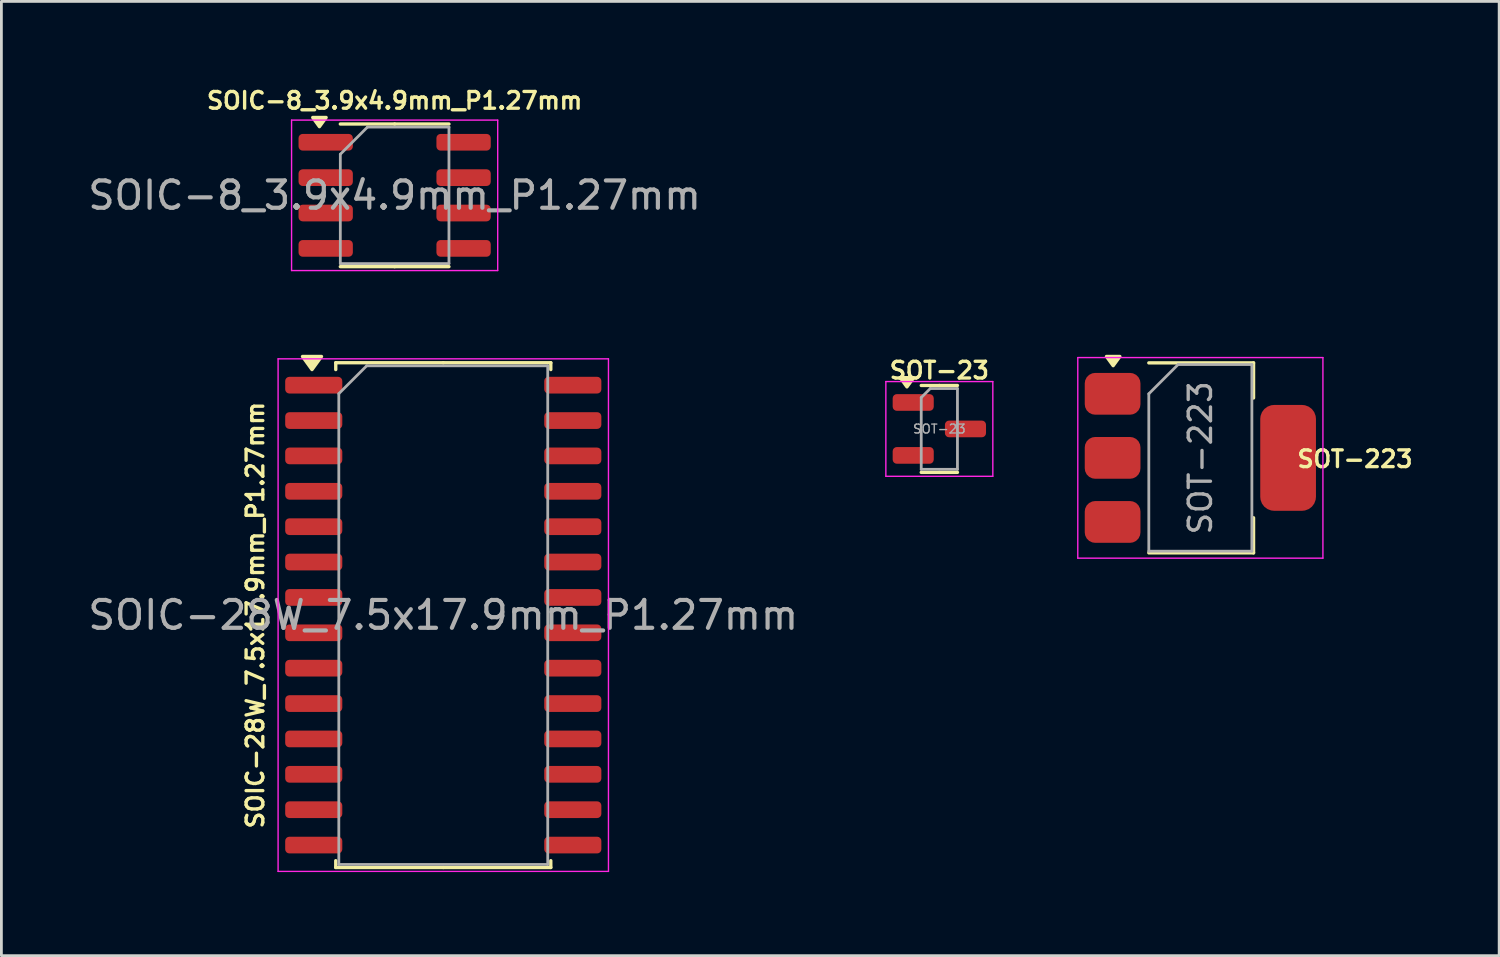
<source format=kicad_pcb>
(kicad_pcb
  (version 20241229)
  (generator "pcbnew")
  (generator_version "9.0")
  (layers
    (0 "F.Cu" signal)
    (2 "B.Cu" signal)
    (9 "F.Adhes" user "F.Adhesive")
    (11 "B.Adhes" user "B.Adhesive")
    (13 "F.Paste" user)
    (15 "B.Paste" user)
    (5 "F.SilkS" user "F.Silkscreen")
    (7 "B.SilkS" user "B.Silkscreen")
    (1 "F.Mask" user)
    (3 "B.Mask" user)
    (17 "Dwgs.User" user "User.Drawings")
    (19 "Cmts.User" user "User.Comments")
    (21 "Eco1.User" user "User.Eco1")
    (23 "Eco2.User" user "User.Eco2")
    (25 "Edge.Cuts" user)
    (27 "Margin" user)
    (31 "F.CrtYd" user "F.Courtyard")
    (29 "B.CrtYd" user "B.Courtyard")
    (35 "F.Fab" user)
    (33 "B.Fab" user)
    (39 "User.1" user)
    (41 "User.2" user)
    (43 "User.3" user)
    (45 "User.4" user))
  (footprint "SOIC-28W_7.5x17.9mm_P1.27mm"
    (layer "F.Cu")
    (at 12.863 19.032)
    (property "Reference" "SOIC-28W_7.5x17.9mm_P1.27mm" (at -6.75 0 90) (layer "F.SilkS") (effects (font (size 0.6 0.6) (thickness 0.12))))
    (attr smd)
    (fp_line (start -3.86 -9.06) (end -3.86 -8.815) (stroke (width 0.12) (type solid)) (layer "F.SilkS"))
    (fp_line (start -3.86 9.06) (end -3.86 8.815) (stroke (width 0.12) (type solid)) (layer "F.SilkS"))
    (fp_line (start 0 -9.06) (end -3.86 -9.06) (stroke (width 0.12) (type solid)) (layer "F.SilkS"))
    (fp_line (start 0 -9.06) (end 3.86 -9.06) (stroke (width 0.12) (type solid)) (layer "F.SilkS"))
    (fp_line (start 0 9.06) (end -3.86 9.06) (stroke (width 0.12) (type solid)) (layer "F.SilkS"))
    (fp_line (start 0 9.06) (end 3.86 9.06) (stroke (width 0.12) (type solid)) (layer "F.SilkS"))
    (fp_line (start 3.86 -9.06) (end 3.86 -8.815) (stroke (width 0.12) (type solid)) (layer "F.SilkS"))
    (fp_line (start 3.86 9.06) (end 3.86 8.815) (stroke (width 0.12) (type solid)) (layer "F.SilkS"))
    (fp_poly (pts (xy -4.713 -8.815) (xy -5.053 -9.285) (xy -4.372 -9.285) (xy -4.713 -8.815)) (stroke (width 0.12) (type solid)) (fill yes) (layer "F.SilkS"))
    (fp_line (start -5.93 -9.2) (end -5.93 9.2) (stroke (width 0.05) (type solid)) (layer "F.CrtYd"))
    (fp_line (start -5.93 9.2) (end 5.93 9.2) (stroke (width 0.05) (type solid)) (layer "F.CrtYd"))
    (fp_line (start 5.93 -9.2) (end -5.93 -9.2) (stroke (width 0.05) (type solid)) (layer "F.CrtYd"))
    (fp_line (start 5.93 9.2) (end 5.93 -9.2) (stroke (width 0.05) (type solid)) (layer "F.CrtYd"))
    (fp_line (start -3.75 -7.95) (end -2.75 -8.95) (stroke (width 0.1) (type solid)) (layer "F.Fab"))
    (fp_line (start -3.75 8.95) (end -3.75 -7.95) (stroke (width 0.1) (type solid)) (layer "F.Fab"))
    (fp_line (start -2.75 -8.95) (end 3.75 -8.95) (stroke (width 0.1) (type solid)) (layer "F.Fab"))
    (fp_line (start 3.75 -8.95) (end 3.75 8.95) (stroke (width 0.1) (type solid)) (layer "F.Fab"))
    (fp_line (start 3.75 8.95) (end -3.75 8.95) (stroke (width 0.1) (type solid)) (layer "F.Fab"))
    (fp_text user "${REFERENCE}" (at 0 0 0) (layer "F.Fab") (effects (font (size 1 1) (thickness 0.15))))
    (pad "1" smd roundrect (at -4.65 -8.255) (size 2.05 0.6) (layers "F.Cu" "F.Mask" "F.Paste") (roundrect_rratio 0.25))
    (pad "2" smd roundrect (at -4.65 -6.985) (size 2.05 0.6) (layers "F.Cu" "F.Mask" "F.Paste") (roundrect_rratio 0.25))
    (pad "3" smd roundrect (at -4.65 -5.715) (size 2.05 0.6) (layers "F.Cu" "F.Mask" "F.Paste") (roundrect_rratio 0.25))
    (pad "4" smd roundrect (at -4.65 -4.445) (size 2.05 0.6) (layers "F.Cu" "F.Mask" "F.Paste") (roundrect_rratio 0.25))
    (pad "5" smd roundrect (at -4.65 -3.175) (size 2.05 0.6) (layers "F.Cu" "F.Mask" "F.Paste") (roundrect_rratio 0.25))
    (pad "6" smd roundrect (at -4.65 -1.905) (size 2.05 0.6) (layers "F.Cu" "F.Mask" "F.Paste") (roundrect_rratio 0.25))
    (pad "7" smd roundrect (at -4.65 -0.635) (size 2.05 0.6) (layers "F.Cu" "F.Mask" "F.Paste") (roundrect_rratio 0.25))
    (pad "8" smd roundrect (at -4.65 0.635) (size 2.05 0.6) (layers "F.Cu" "F.Mask" "F.Paste") (roundrect_rratio 0.25))
    (pad "9" smd roundrect (at -4.65 1.905) (size 2.05 0.6) (layers "F.Cu" "F.Mask" "F.Paste") (roundrect_rratio 0.25))
    (pad "10" smd roundrect (at -4.65 3.175) (size 2.05 0.6) (layers "F.Cu" "F.Mask" "F.Paste") (roundrect_rratio 0.25))
    (pad "11" smd roundrect (at -4.65 4.445) (size 2.05 0.6) (layers "F.Cu" "F.Mask" "F.Paste") (roundrect_rratio 0.25))
    (pad "12" smd roundrect (at -4.65 5.715) (size 2.05 0.6) (layers "F.Cu" "F.Mask" "F.Paste") (roundrect_rratio 0.25))
    (pad "13" smd roundrect (at -4.65 6.985) (size 2.05 0.6) (layers "F.Cu" "F.Mask" "F.Paste") (roundrect_rratio 0.25))
    (pad "14" smd roundrect (at -4.65 8.255) (size 2.05 0.6) (layers "F.Cu" "F.Mask" "F.Paste") (roundrect_rratio 0.25))
    (pad "15" smd roundrect (at 4.65 8.255) (size 2.05 0.6) (layers "F.Cu" "F.Mask" "F.Paste") (roundrect_rratio 0.25))
    (pad "16" smd roundrect (at 4.65 6.985) (size 2.05 0.6) (layers "F.Cu" "F.Mask" "F.Paste") (roundrect_rratio 0.25))
    (pad "17" smd roundrect (at 4.65 5.715) (size 2.05 0.6) (layers "F.Cu" "F.Mask" "F.Paste") (roundrect_rratio 0.25))
    (pad "18" smd roundrect (at 4.65 4.445) (size 2.05 0.6) (layers "F.Cu" "F.Mask" "F.Paste") (roundrect_rratio 0.25))
    (pad "19" smd roundrect (at 4.65 3.175) (size 2.05 0.6) (layers "F.Cu" "F.Mask" "F.Paste") (roundrect_rratio 0.25))
    (pad "20" smd roundrect (at 4.65 1.905) (size 2.05 0.6) (layers "F.Cu" "F.Mask" "F.Paste") (roundrect_rratio 0.25))
    (pad "21" smd roundrect (at 4.65 0.635) (size 2.05 0.6) (layers "F.Cu" "F.Mask" "F.Paste") (roundrect_rratio 0.25))
    (pad "22" smd roundrect (at 4.65 -0.635) (size 2.05 0.6) (layers "F.Cu" "F.Mask" "F.Paste") (roundrect_rratio 0.25))
    (pad "23" smd roundrect (at 4.65 -1.905) (size 2.05 0.6) (layers "F.Cu" "F.Mask" "F.Paste") (roundrect_rratio 0.25))
    (pad "24" smd roundrect (at 4.65 -3.175) (size 2.05 0.6) (layers "F.Cu" "F.Mask" "F.Paste") (roundrect_rratio 0.25))
    (pad "25" smd roundrect (at 4.65 -4.445) (size 2.05 0.6) (layers "F.Cu" "F.Mask" "F.Paste") (roundrect_rratio 0.25))
    (pad "26" smd roundrect (at 4.65 -5.715) (size 2.05 0.6) (layers "F.Cu" "F.Mask" "F.Paste") (roundrect_rratio 0.25))
    (pad "27" smd roundrect (at 4.65 -6.985) (size 2.05 0.6) (layers "F.Cu" "F.Mask" "F.Paste") (roundrect_rratio 0.25))
    (pad "28" smd roundrect (at 4.65 -8.255) (size 2.05 0.6) (layers "F.Cu" "F.Mask" "F.Paste") (roundrect_rratio 0.25)))
  (footprint "SOT-223"
    (layer "F.Cu")
    (at 40.041 13.387)
    (property "Reference" "SOT-223" (at 5.55 0.042 0) (layer "F.SilkS") (effects (font (size 0.6 0.6) (thickness 0.12))))
    (attr smd)
    (fp_line (start -1.85 -3.41) (end 1.91 -3.41) (stroke (width 0.12) (type solid)) (layer "F.SilkS"))
    (fp_line (start -1.85 3.41) (end 1.91 3.41) (stroke (width 0.12) (type solid)) (layer "F.SilkS"))
    (fp_line (start 1.91 -3.41) (end 1.91 -2.15) (stroke (width 0.12) (type solid)) (layer "F.SilkS"))
    (fp_line (start 1.91 3.41) (end 1.91 2.15) (stroke (width 0.12) (type solid)) (layer "F.SilkS"))
    (fp_poly (pts (xy -3.13 -3.31) (xy -3.37 -3.64) (xy -2.89 -3.64) (xy -3.13 -3.31)) (stroke (width 0.12) (type solid)) (fill yes) (layer "F.SilkS"))
    (fp_line (start -4.4 -3.6) (end -4.4 3.6) (stroke (width 0.05) (type solid)) (layer "F.CrtYd"))
    (fp_line (start -4.4 3.6) (end 4.4 3.6) (stroke (width 0.05) (type solid)) (layer "F.CrtYd"))
    (fp_line (start 4.4 -3.6) (end -4.4 -3.6) (stroke (width 0.05) (type solid)) (layer "F.CrtYd"))
    (fp_line (start 4.4 3.6) (end 4.4 -3.6) (stroke (width 0.05) (type solid)) (layer "F.CrtYd"))
    (fp_line (start -1.85 -2.3) (end -1.85 3.35) (stroke (width 0.1) (type solid)) (layer "F.Fab"))
    (fp_line (start -1.85 -2.3) (end -0.8 -3.35) (stroke (width 0.1) (type solid)) (layer "F.Fab"))
    (fp_line (start -1.85 3.35) (end 1.85 3.35) (stroke (width 0.1) (type solid)) (layer "F.Fab"))
    (fp_line (start -0.8 -3.35) (end 1.85 -3.35) (stroke (width 0.1) (type solid)) (layer "F.Fab"))
    (fp_line (start 1.85 -3.35) (end 1.85 3.35) (stroke (width 0.1) (type solid)) (layer "F.Fab"))
    (fp_text user "${REFERENCE}" (at 0 0 90) (layer "F.Fab") (effects (font (size 0.8 0.8) (thickness 0.12))))
    (pad "1" smd roundrect (at -3.15 -2.3) (size 2 1.5) (layers "F.Cu" "F.Mask" "F.Paste") (roundrect_rratio 0.25))
    (pad "2" smd roundrect (at -3.15 0) (size 2 1.5) (layers "F.Cu" "F.Mask" "F.Paste") (roundrect_rratio 0.25))
    (pad "3" smd roundrect (at -3.15 2.3) (size 2 1.5) (layers "F.Cu" "F.Mask" "F.Paste") (roundrect_rratio 0.25))
    (pad "4" smd roundrect (at 3.15 0) (size 2 3.8) (layers "F.Cu" "F.Mask" "F.Paste") (roundrect_rratio 0.25)))
  (footprint "SOIC-8_3.9x4.9mm_P1.27mm"
    (layer "F.Cu")
    (at 11.117 3.962)
    (property "Reference" "SOIC-8_3.9x4.9mm_P1.27mm" (at 0 -3.4 180) (layer "F.SilkS") (effects (font (size 0.6 0.6) (thickness 0.12))))
    (attr smd)
    (fp_line (start 0 -2.56) (end -1.95 -2.56) (stroke (width 0.12) (type solid)) (layer "F.SilkS"))
    (fp_line (start 0 -2.56) (end 1.95 -2.56) (stroke (width 0.12) (type solid)) (layer "F.SilkS"))
    (fp_line (start 0 2.56) (end -1.95 2.56) (stroke (width 0.12) (type solid)) (layer "F.SilkS"))
    (fp_line (start 0 2.56) (end 1.95 2.56) (stroke (width 0.12) (type solid)) (layer "F.SilkS"))
    (fp_poly (pts (xy -2.7 -2.465) (xy -2.94 -2.795) (xy -2.46 -2.795) (xy -2.7 -2.465)) (stroke (width 0.12) (type solid)) (fill yes) (layer "F.SilkS"))
    (fp_line (start -3.7 -2.7) (end -3.7 2.7) (stroke (width 0.05) (type solid)) (layer "F.CrtYd"))
    (fp_line (start -3.7 2.7) (end 3.7 2.7) (stroke (width 0.05) (type solid)) (layer "F.CrtYd"))
    (fp_line (start 3.7 -2.7) (end -3.7 -2.7) (stroke (width 0.05) (type solid)) (layer "F.CrtYd"))
    (fp_line (start 3.7 2.7) (end 3.7 -2.7) (stroke (width 0.05) (type solid)) (layer "F.CrtYd"))
    (fp_line (start -1.95 -1.475) (end -0.975 -2.45) (stroke (width 0.1) (type solid)) (layer "F.Fab"))
    (fp_line (start -1.95 2.45) (end -1.95 -1.475) (stroke (width 0.1) (type solid)) (layer "F.Fab"))
    (fp_line (start -0.975 -2.45) (end 1.95 -2.45) (stroke (width 0.1) (type solid)) (layer "F.Fab"))
    (fp_line (start 1.95 -2.45) (end 1.95 2.45) (stroke (width 0.1) (type solid)) (layer "F.Fab"))
    (fp_line (start 1.95 2.45) (end -1.95 2.45) (stroke (width 0.1) (type solid)) (layer "F.Fab"))
    (fp_text user "${REFERENCE}" (at 0 0 180) (layer "F.Fab") (effects (font (size 0.98 0.98) (thickness 0.15))))
    (pad "1" smd roundrect (at -2.475 -1.905) (size 1.95 0.6) (layers "F.Cu" "F.Mask" "F.Paste") (roundrect_rratio 0.25))
    (pad "2" smd roundrect (at -2.475 -0.635) (size 1.95 0.6) (layers "F.Cu" "F.Mask" "F.Paste") (roundrect_rratio 0.25))
    (pad "3" smd roundrect (at -2.475 0.635) (size 1.95 0.6) (layers "F.Cu" "F.Mask" "F.Paste") (roundrect_rratio 0.25))
    (pad "4" smd roundrect (at -2.475 1.905) (size 1.95 0.6) (layers "F.Cu" "F.Mask" "F.Paste") (roundrect_rratio 0.25))
    (pad "5" smd roundrect (at 2.475 1.905) (size 1.95 0.6) (layers "F.Cu" "F.Mask" "F.Paste") (roundrect_rratio 0.25))
    (pad "6" smd roundrect (at 2.475 0.635) (size 1.95 0.6) (layers "F.Cu" "F.Mask" "F.Paste") (roundrect_rratio 0.25))
    (pad "7" smd roundrect (at 2.475 -0.635) (size 1.95 0.6) (layers "F.Cu" "F.Mask" "F.Paste") (roundrect_rratio 0.25))
    (pad "8" smd roundrect (at 2.475 -1.905) (size 1.95 0.6) (layers "F.Cu" "F.Mask" "F.Paste") (roundrect_rratio 0.25)))
  (footprint "SOT-23"
    (layer "F.Cu")
    (at 30.671 12.348)
    (property "Reference" "SOT-23" (at 0 -2.1 0) (layer "F.SilkS") (effects (font (size 0.6 0.6) (thickness 0.12))))
    (attr smd)
    (fp_line (start 0 -1.56) (end -0.65 -1.56) (stroke (width 0.12) (type solid)) (layer "F.SilkS"))
    (fp_line (start 0 -1.56) (end 0.65 -1.56) (stroke (width 0.12) (type solid)) (layer "F.SilkS"))
    (fp_line (start 0 1.56) (end -0.65 1.56) (stroke (width 0.12) (type solid)) (layer "F.SilkS"))
    (fp_line (start 0 1.56) (end 0.65 1.56) (stroke (width 0.12) (type solid)) (layer "F.SilkS"))
    (fp_poly (pts (xy -1.163 -1.51) (xy -1.403 -1.84) (xy -0.922 -1.84) (xy -1.163 -1.51)) (stroke (width 0.12) (type solid)) (fill yes) (layer "F.SilkS"))
    (fp_line (start -1.92 -1.7) (end -1.92 1.7) (stroke (width 0.05) (type solid)) (layer "F.CrtYd"))
    (fp_line (start -1.92 1.7) (end 1.92 1.7) (stroke (width 0.05) (type solid)) (layer "F.CrtYd"))
    (fp_line (start 1.92 -1.7) (end -1.92 -1.7) (stroke (width 0.05) (type solid)) (layer "F.CrtYd"))
    (fp_line (start 1.92 1.7) (end 1.92 -1.7) (stroke (width 0.05) (type solid)) (layer "F.CrtYd"))
    (fp_line (start -0.65 -1.125) (end -0.325 -1.45) (stroke (width 0.1) (type solid)) (layer "F.Fab"))
    (fp_line (start -0.65 1.45) (end -0.65 -1.125) (stroke (width 0.1) (type solid)) (layer "F.Fab"))
    (fp_line (start -0.325 -1.45) (end 0.65 -1.45) (stroke (width 0.1) (type solid)) (layer "F.Fab"))
    (fp_line (start 0.65 -1.45) (end 0.65 1.45) (stroke (width 0.1) (type solid)) (layer "F.Fab"))
    (fp_line (start 0.65 1.45) (end -0.65 1.45) (stroke (width 0.1) (type solid)) (layer "F.Fab"))
    (fp_text user "${REFERENCE}" (at 0 0 0) (layer "F.Fab") (effects (font (size 0.32 0.32) (thickness 0.05))))
    (pad "1" smd roundrect (at -0.938 -0.95) (size 1.475 0.6) (layers "F.Cu" "F.Mask" "F.Paste") (roundrect_rratio 0.25))
    (pad "2" smd roundrect (at -0.938 0.95) (size 1.475 0.6) (layers "F.Cu" "F.Mask" "F.Paste") (roundrect_rratio 0.25))
    (pad "3" smd roundrect (at 0.938 0) (size 1.475 0.6) (layers "F.Cu" "F.Mask" "F.Paste") (roundrect_rratio 0.25)))
  (gr_rect
    (start -3 -3)
    (end 50.768 31.257)
    (stroke (width 0.1) (type default))
    (fill no)
    (layer "Edge.Cuts")))
</source>
